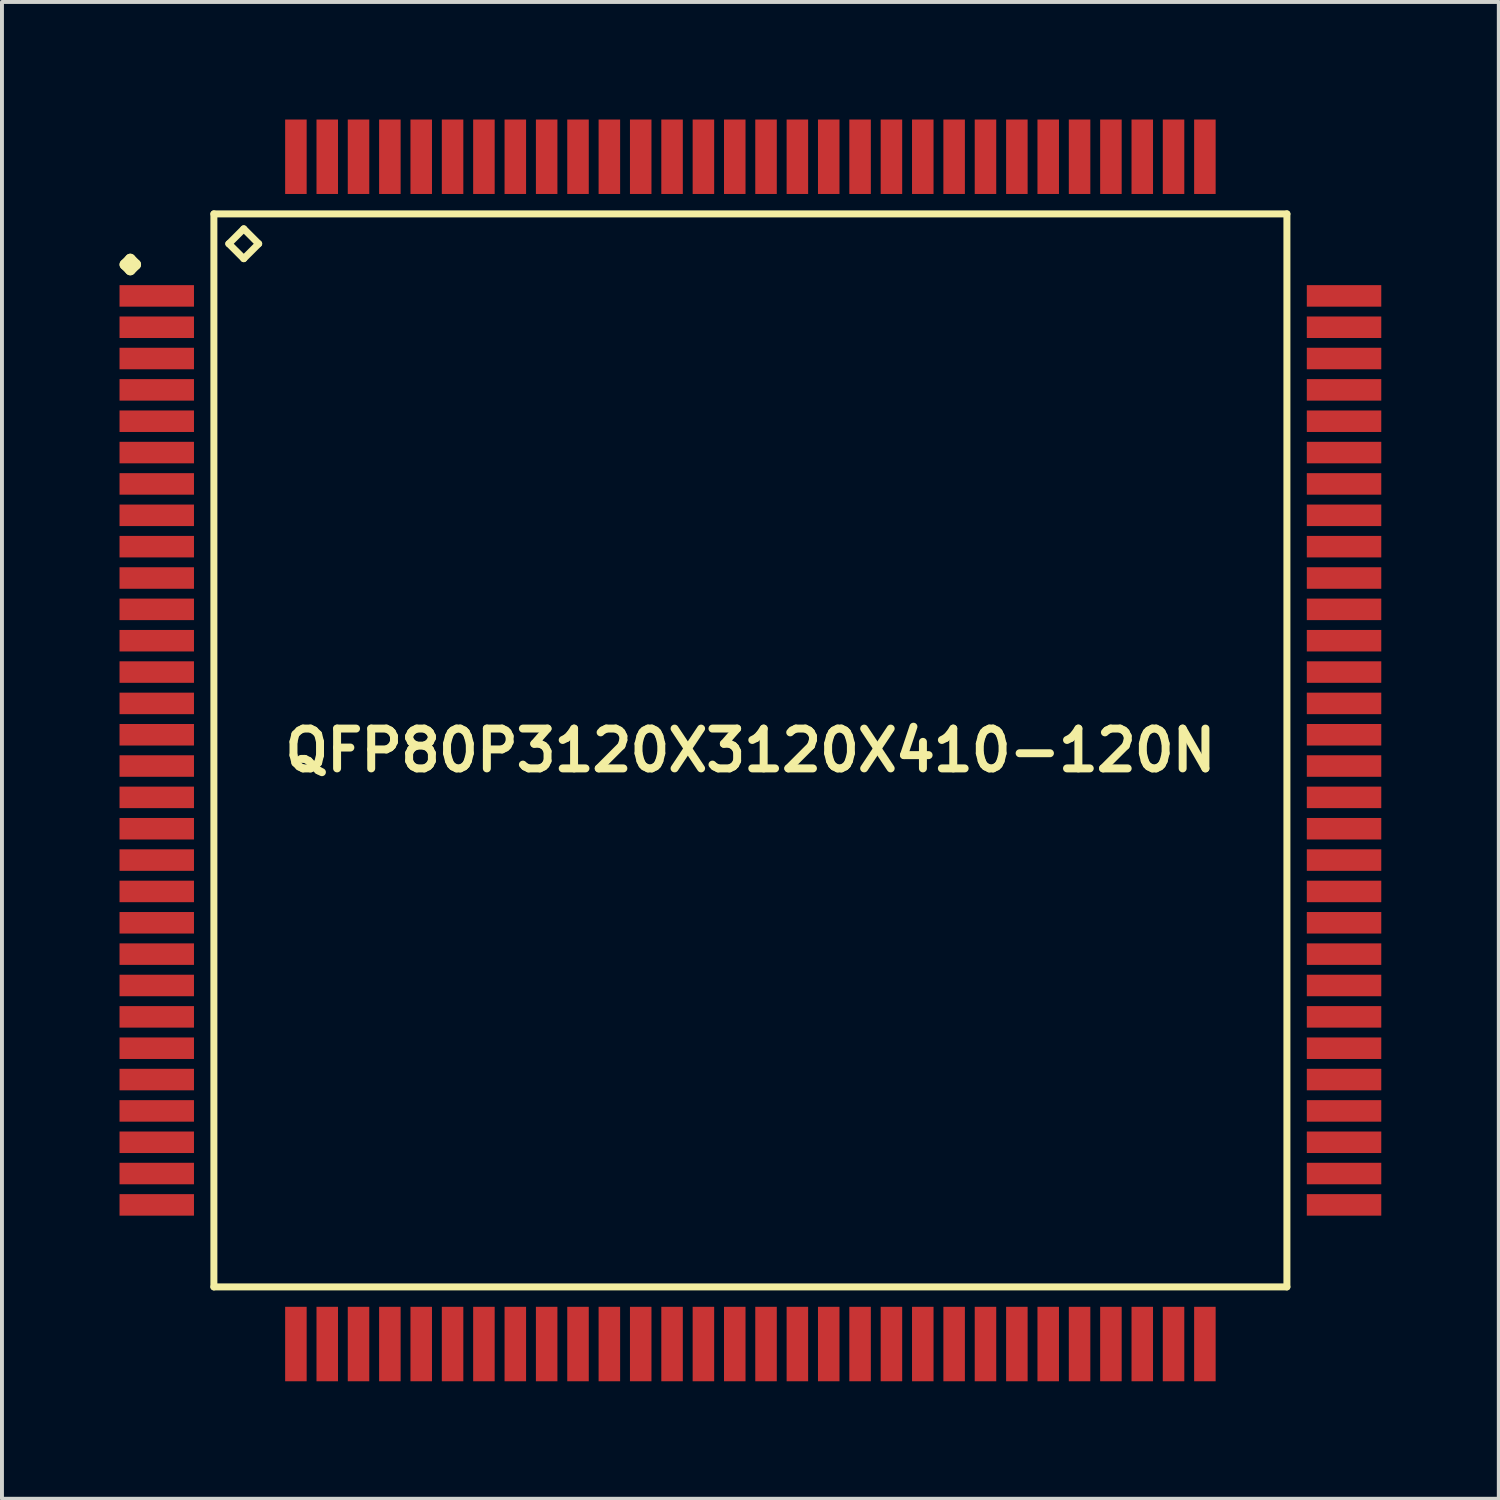
<source format=kicad_pcb>
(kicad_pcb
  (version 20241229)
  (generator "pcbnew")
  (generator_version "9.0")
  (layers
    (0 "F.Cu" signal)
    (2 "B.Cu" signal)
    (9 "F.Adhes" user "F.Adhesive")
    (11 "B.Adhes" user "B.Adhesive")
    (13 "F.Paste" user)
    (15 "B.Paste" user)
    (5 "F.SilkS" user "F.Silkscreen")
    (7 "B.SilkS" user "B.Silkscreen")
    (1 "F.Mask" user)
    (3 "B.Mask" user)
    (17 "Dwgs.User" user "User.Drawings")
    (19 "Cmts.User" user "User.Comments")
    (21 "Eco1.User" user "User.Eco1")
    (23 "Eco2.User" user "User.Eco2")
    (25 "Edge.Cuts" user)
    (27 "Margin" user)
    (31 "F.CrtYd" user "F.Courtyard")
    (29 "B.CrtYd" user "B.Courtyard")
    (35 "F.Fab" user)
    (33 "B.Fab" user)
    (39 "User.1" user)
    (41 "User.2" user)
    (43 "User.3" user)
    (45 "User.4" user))
  (footprint "QFP80P3120X3120X410-120N"
    (layer "F.Cu")
    (at 16.099 16.099)
    (property "Reference" "QFP80P3120X3120X410-120N" (at 0 0 0) (layer "F.SilkS") (effects (font (size 1.016 1.016) (thickness 0.203))))
    (attr smd)
    (fp_line (start -15.961 -12.398) (end -15.824 -12.537) (stroke (width 0.274) (type solid)) (layer "F.SilkS"))
    (fp_line (start -15.824 -12.537) (end -15.687 -12.398) (stroke (width 0.274) (type solid)) (layer "F.SilkS"))
    (fp_line (start -15.824 -12.261) (end -15.961 -12.398) (stroke (width 0.274) (type solid)) (layer "F.SilkS"))
    (fp_line (start -15.687 -12.398) (end -15.824 -12.261) (stroke (width 0.274) (type solid)) (layer "F.SilkS"))
    (fp_line (start -13.691 -13.691) (end -13.691 13.691) (stroke (width 0.178) (type solid)) (layer "F.SilkS"))
    (fp_line (start -13.691 13.691) (end 13.691 13.691) (stroke (width 0.178) (type solid)) (layer "F.SilkS"))
    (fp_line (start -13.31 -12.929) (end -12.929 -13.31) (stroke (width 0.178) (type solid)) (layer "F.SilkS"))
    (fp_line (start -12.929 -13.31) (end -12.548 -12.929) (stroke (width 0.178) (type solid)) (layer "F.SilkS"))
    (fp_line (start -12.929 -12.548) (end -13.31 -12.929) (stroke (width 0.178) (type solid)) (layer "F.SilkS"))
    (fp_line (start -12.548 -12.929) (end -12.929 -12.548) (stroke (width 0.178) (type solid)) (layer "F.SilkS"))
    (fp_line (start 13.691 -13.691) (end -13.691 -13.691) (stroke (width 0.178) (type solid)) (layer "F.SilkS"))
    (fp_line (start 13.691 13.691) (end 13.691 -13.691) (stroke (width 0.178) (type solid)) (layer "F.SilkS"))
    (pad "1" smd rect (at -15.149 -11.598) (size 1.9 0.549) (layers "F.Cu" "F.Mask" "F.Paste"))
    (pad "2" smd rect (at -15.149 -10.798) (size 1.9 0.549) (layers "F.Cu" "F.Mask" "F.Paste"))
    (pad "3" smd rect (at -15.149 -10) (size 1.9 0.549) (layers "F.Cu" "F.Mask" "F.Paste"))
    (pad "4" smd rect (at -15.149 -9.2) (size 1.9 0.549) (layers "F.Cu" "F.Mask" "F.Paste"))
    (pad "5" smd rect (at -15.149 -8.4) (size 1.9 0.549) (layers "F.Cu" "F.Mask" "F.Paste"))
    (pad "6" smd rect (at -15.149 -7.6) (size 1.9 0.549) (layers "F.Cu" "F.Mask" "F.Paste"))
    (pad "7" smd rect (at -15.149 -6.8) (size 1.9 0.549) (layers "F.Cu" "F.Mask" "F.Paste"))
    (pad "8" smd rect (at -15.149 -5.999) (size 1.9 0.549) (layers "F.Cu" "F.Mask" "F.Paste"))
    (pad "9" smd rect (at -15.149 -5.199) (size 1.9 0.549) (layers "F.Cu" "F.Mask" "F.Paste"))
    (pad "10" smd rect (at -15.149 -4.399) (size 1.9 0.549) (layers "F.Cu" "F.Mask" "F.Paste"))
    (pad "11" smd rect (at -15.149 -3.599) (size 1.9 0.549) (layers "F.Cu" "F.Mask" "F.Paste"))
    (pad "12" smd rect (at -15.149 -2.799) (size 1.9 0.549) (layers "F.Cu" "F.Mask" "F.Paste"))
    (pad "13" smd rect (at -15.149 -1.999) (size 1.9 0.549) (layers "F.Cu" "F.Mask" "F.Paste"))
    (pad "14" smd rect (at -15.149 -1.199) (size 1.9 0.549) (layers "F.Cu" "F.Mask" "F.Paste"))
    (pad "15" smd rect (at -15.149 -0.399) (size 1.9 0.549) (layers "F.Cu" "F.Mask" "F.Paste"))
    (pad "16" smd rect (at -15.149 0.399) (size 1.9 0.549) (layers "F.Cu" "F.Mask" "F.Paste"))
    (pad "17" smd rect (at -15.149 1.199) (size 1.9 0.549) (layers "F.Cu" "F.Mask" "F.Paste"))
    (pad "18" smd rect (at -15.149 1.999) (size 1.9 0.549) (layers "F.Cu" "F.Mask" "F.Paste"))
    (pad "19" smd rect (at -15.149 2.799) (size 1.9 0.549) (layers "F.Cu" "F.Mask" "F.Paste"))
    (pad "20" smd rect (at -15.149 3.599) (size 1.9 0.549) (layers "F.Cu" "F.Mask" "F.Paste"))
    (pad "21" smd rect (at -15.149 4.399) (size 1.9 0.549) (layers "F.Cu" "F.Mask" "F.Paste"))
    (pad "22" smd rect (at -15.149 5.199) (size 1.9 0.549) (layers "F.Cu" "F.Mask" "F.Paste"))
    (pad "23" smd rect (at -15.149 5.999) (size 1.9 0.549) (layers "F.Cu" "F.Mask" "F.Paste"))
    (pad "24" smd rect (at -15.149 6.8) (size 1.9 0.549) (layers "F.Cu" "F.Mask" "F.Paste"))
    (pad "25" smd rect (at -15.149 7.6) (size 1.9 0.549) (layers "F.Cu" "F.Mask" "F.Paste"))
    (pad "26" smd rect (at -15.149 8.4) (size 1.9 0.549) (layers "F.Cu" "F.Mask" "F.Paste"))
    (pad "27" smd rect (at -15.149 9.2) (size 1.9 0.549) (layers "F.Cu" "F.Mask" "F.Paste"))
    (pad "28" smd rect (at -15.149 10) (size 1.9 0.549) (layers "F.Cu" "F.Mask" "F.Paste"))
    (pad "29" smd rect (at -15.149 10.798) (size 1.9 0.549) (layers "F.Cu" "F.Mask" "F.Paste"))
    (pad "30" smd rect (at -15.149 11.598) (size 1.9 0.549) (layers "F.Cu" "F.Mask" "F.Paste"))
    (pad "31" smd rect (at -11.598 15.149) (size 0.549 1.9) (layers "F.Cu" "F.Mask" "F.Paste"))
    (pad "32" smd rect (at -10.798 15.149) (size 0.549 1.9) (layers "F.Cu" "F.Mask" "F.Paste"))
    (pad "33" smd rect (at -10 15.149) (size 0.549 1.9) (layers "F.Cu" "F.Mask" "F.Paste"))
    (pad "34" smd rect (at -9.2 15.149) (size 0.549 1.9) (layers "F.Cu" "F.Mask" "F.Paste"))
    (pad "35" smd rect (at -8.4 15.149) (size 0.549 1.9) (layers "F.Cu" "F.Mask" "F.Paste"))
    (pad "36" smd rect (at -7.6 15.149) (size 0.549 1.9) (layers "F.Cu" "F.Mask" "F.Paste"))
    (pad "37" smd rect (at -6.8 15.149) (size 0.549 1.9) (layers "F.Cu" "F.Mask" "F.Paste"))
    (pad "38" smd rect (at -5.999 15.149) (size 0.549 1.9) (layers "F.Cu" "F.Mask" "F.Paste"))
    (pad "39" smd rect (at -5.199 15.149) (size 0.549 1.9) (layers "F.Cu" "F.Mask" "F.Paste"))
    (pad "40" smd rect (at -4.399 15.149) (size 0.549 1.9) (layers "F.Cu" "F.Mask" "F.Paste"))
    (pad "41" smd rect (at -3.599 15.149) (size 0.549 1.9) (layers "F.Cu" "F.Mask" "F.Paste"))
    (pad "42" smd rect (at -2.799 15.149) (size 0.549 1.9) (layers "F.Cu" "F.Mask" "F.Paste"))
    (pad "43" smd rect (at -1.999 15.149) (size 0.549 1.9) (layers "F.Cu" "F.Mask" "F.Paste"))
    (pad "44" smd rect (at -1.199 15.149) (size 0.549 1.9) (layers "F.Cu" "F.Mask" "F.Paste"))
    (pad "45" smd rect (at -0.399 15.149) (size 0.549 1.9) (layers "F.Cu" "F.Mask" "F.Paste"))
    (pad "46" smd rect (at 0.399 15.149) (size 0.549 1.9) (layers "F.Cu" "F.Mask" "F.Paste"))
    (pad "47" smd rect (at 1.199 15.149) (size 0.549 1.9) (layers "F.Cu" "F.Mask" "F.Paste"))
    (pad "48" smd rect (at 1.999 15.149) (size 0.549 1.9) (layers "F.Cu" "F.Mask" "F.Paste"))
    (pad "49" smd rect (at 2.799 15.149) (size 0.549 1.9) (layers "F.Cu" "F.Mask" "F.Paste"))
    (pad "50" smd rect (at 3.599 15.149) (size 0.549 1.9) (layers "F.Cu" "F.Mask" "F.Paste"))
    (pad "51" smd rect (at 4.399 15.149) (size 0.549 1.9) (layers "F.Cu" "F.Mask" "F.Paste"))
    (pad "52" smd rect (at 5.199 15.149) (size 0.549 1.9) (layers "F.Cu" "F.Mask" "F.Paste"))
    (pad "53" smd rect (at 5.999 15.149) (size 0.549 1.9) (layers "F.Cu" "F.Mask" "F.Paste"))
    (pad "54" smd rect (at 6.8 15.149) (size 0.549 1.9) (layers "F.Cu" "F.Mask" "F.Paste"))
    (pad "55" smd rect (at 7.6 15.149) (size 0.549 1.9) (layers "F.Cu" "F.Mask" "F.Paste"))
    (pad "56" smd rect (at 8.4 15.149) (size 0.549 1.9) (layers "F.Cu" "F.Mask" "F.Paste"))
    (pad "57" smd rect (at 9.2 15.149) (size 0.549 1.9) (layers "F.Cu" "F.Mask" "F.Paste"))
    (pad "58" smd rect (at 10 15.149) (size 0.549 1.9) (layers "F.Cu" "F.Mask" "F.Paste"))
    (pad "59" smd rect (at 10.798 15.149) (size 0.549 1.9) (layers "F.Cu" "F.Mask" "F.Paste"))
    (pad "60" smd rect (at 11.598 15.149) (size 0.549 1.9) (layers "F.Cu" "F.Mask" "F.Paste"))
    (pad "61" smd rect (at 15.149 11.598) (size 1.9 0.549) (layers "F.Cu" "F.Mask" "F.Paste"))
    (pad "62" smd rect (at 15.149 10.798) (size 1.9 0.549) (layers "F.Cu" "F.Mask" "F.Paste"))
    (pad "63" smd rect (at 15.149 10) (size 1.9 0.549) (layers "F.Cu" "F.Mask" "F.Paste"))
    (pad "64" smd rect (at 15.149 9.2) (size 1.9 0.549) (layers "F.Cu" "F.Mask" "F.Paste"))
    (pad "65" smd rect (at 15.149 8.4) (size 1.9 0.549) (layers "F.Cu" "F.Mask" "F.Paste"))
    (pad "66" smd rect (at 15.149 7.6) (size 1.9 0.549) (layers "F.Cu" "F.Mask" "F.Paste"))
    (pad "67" smd rect (at 15.149 6.8) (size 1.9 0.549) (layers "F.Cu" "F.Mask" "F.Paste"))
    (pad "68" smd rect (at 15.149 5.999) (size 1.9 0.549) (layers "F.Cu" "F.Mask" "F.Paste"))
    (pad "69" smd rect (at 15.149 5.199) (size 1.9 0.549) (layers "F.Cu" "F.Mask" "F.Paste"))
    (pad "70" smd rect (at 15.149 4.399) (size 1.9 0.549) (layers "F.Cu" "F.Mask" "F.Paste"))
    (pad "71" smd rect (at 15.149 3.599) (size 1.9 0.549) (layers "F.Cu" "F.Mask" "F.Paste"))
    (pad "72" smd rect (at 15.149 2.799) (size 1.9 0.549) (layers "F.Cu" "F.Mask" "F.Paste"))
    (pad "73" smd rect (at 15.149 1.999) (size 1.9 0.549) (layers "F.Cu" "F.Mask" "F.Paste"))
    (pad "74" smd rect (at 15.149 1.199) (size 1.9 0.549) (layers "F.Cu" "F.Mask" "F.Paste"))
    (pad "75" smd rect (at 15.149 0.399) (size 1.9 0.549) (layers "F.Cu" "F.Mask" "F.Paste"))
    (pad "76" smd rect (at 15.149 -0.399) (size 1.9 0.549) (layers "F.Cu" "F.Mask" "F.Paste"))
    (pad "77" smd rect (at 15.149 -1.199) (size 1.9 0.549) (layers "F.Cu" "F.Mask" "F.Paste"))
    (pad "78" smd rect (at 15.149 -1.999) (size 1.9 0.549) (layers "F.Cu" "F.Mask" "F.Paste"))
    (pad "79" smd rect (at 15.149 -2.799) (size 1.9 0.549) (layers "F.Cu" "F.Mask" "F.Paste"))
    (pad "80" smd rect (at 15.149 -3.599) (size 1.9 0.549) (layers "F.Cu" "F.Mask" "F.Paste"))
    (pad "81" smd rect (at 15.149 -4.399) (size 1.9 0.549) (layers "F.Cu" "F.Mask" "F.Paste"))
    (pad "82" smd rect (at 15.149 -5.199) (size 1.9 0.549) (layers "F.Cu" "F.Mask" "F.Paste"))
    (pad "83" smd rect (at 15.149 -5.999) (size 1.9 0.549) (layers "F.Cu" "F.Mask" "F.Paste"))
    (pad "84" smd rect (at 15.149 -6.8) (size 1.9 0.549) (layers "F.Cu" "F.Mask" "F.Paste"))
    (pad "85" smd rect (at 15.149 -7.6) (size 1.9 0.549) (layers "F.Cu" "F.Mask" "F.Paste"))
    (pad "86" smd rect (at 15.149 -8.4) (size 1.9 0.549) (layers "F.Cu" "F.Mask" "F.Paste"))
    (pad "87" smd rect (at 15.149 -9.2) (size 1.9 0.549) (layers "F.Cu" "F.Mask" "F.Paste"))
    (pad "88" smd rect (at 15.149 -10) (size 1.9 0.549) (layers "F.Cu" "F.Mask" "F.Paste"))
    (pad "89" smd rect (at 15.149 -10.798) (size 1.9 0.549) (layers "F.Cu" "F.Mask" "F.Paste"))
    (pad "90" smd rect (at 15.149 -11.598) (size 1.9 0.549) (layers "F.Cu" "F.Mask" "F.Paste"))
    (pad "91" smd rect (at 11.598 -15.149) (size 0.549 1.9) (layers "F.Cu" "F.Mask" "F.Paste"))
    (pad "92" smd rect (at 10.798 -15.149) (size 0.549 1.9) (layers "F.Cu" "F.Mask" "F.Paste"))
    (pad "93" smd rect (at 10 -15.149) (size 0.549 1.9) (layers "F.Cu" "F.Mask" "F.Paste"))
    (pad "94" smd rect (at 9.2 -15.149) (size 0.549 1.9) (layers "F.Cu" "F.Mask" "F.Paste"))
    (pad "95" smd rect (at 8.4 -15.149) (size 0.549 1.9) (layers "F.Cu" "F.Mask" "F.Paste"))
    (pad "96" smd rect (at 7.6 -15.149) (size 0.549 1.9) (layers "F.Cu" "F.Mask" "F.Paste"))
    (pad "97" smd rect (at 6.8 -15.149) (size 0.549 1.9) (layers "F.Cu" "F.Mask" "F.Paste"))
    (pad "98" smd rect (at 5.999 -15.149) (size 0.549 1.9) (layers "F.Cu" "F.Mask" "F.Paste"))
    (pad "99" smd rect (at 5.199 -15.149) (size 0.549 1.9) (layers "F.Cu" "F.Mask" "F.Paste"))
    (pad "100" smd rect (at 4.399 -15.149) (size 0.549 1.9) (layers "F.Cu" "F.Mask" "F.Paste"))
    (pad "101" smd rect (at 3.599 -15.149) (size 0.549 1.9) (layers "F.Cu" "F.Mask" "F.Paste"))
    (pad "102" smd rect (at 2.799 -15.149) (size 0.549 1.9) (layers "F.Cu" "F.Mask" "F.Paste"))
    (pad "103" smd rect (at 1.999 -15.149) (size 0.549 1.9) (layers "F.Cu" "F.Mask" "F.Paste"))
    (pad "104" smd rect (at 1.199 -15.149) (size 0.549 1.9) (layers "F.Cu" "F.Mask" "F.Paste"))
    (pad "105" smd rect (at 0.399 -15.149) (size 0.549 1.9) (layers "F.Cu" "F.Mask" "F.Paste"))
    (pad "106" smd rect (at -0.399 -15.149) (size 0.549 1.9) (layers "F.Cu" "F.Mask" "F.Paste"))
    (pad "107" smd rect (at -1.199 -15.149) (size 0.549 1.9) (layers "F.Cu" "F.Mask" "F.Paste"))
    (pad "108" smd rect (at -1.999 -15.149) (size 0.549 1.9) (layers "F.Cu" "F.Mask" "F.Paste"))
    (pad "109" smd rect (at -2.799 -15.149) (size 0.549 1.9) (layers "F.Cu" "F.Mask" "F.Paste"))
    (pad "110" smd rect (at -3.599 -15.149) (size 0.549 1.9) (layers "F.Cu" "F.Mask" "F.Paste"))
    (pad "111" smd rect (at -4.399 -15.149) (size 0.549 1.9) (layers "F.Cu" "F.Mask" "F.Paste"))
    (pad "112" smd rect (at -5.199 -15.149) (size 0.549 1.9) (layers "F.Cu" "F.Mask" "F.Paste"))
    (pad "113" smd rect (at -5.999 -15.149) (size 0.549 1.9) (layers "F.Cu" "F.Mask" "F.Paste"))
    (pad "114" smd rect (at -6.8 -15.149) (size 0.549 1.9) (layers "F.Cu" "F.Mask" "F.Paste"))
    (pad "115" smd rect (at -7.6 -15.149) (size 0.549 1.9) (layers "F.Cu" "F.Mask" "F.Paste"))
    (pad "116" smd rect (at -8.4 -15.149) (size 0.549 1.9) (layers "F.Cu" "F.Mask" "F.Paste"))
    (pad "117" smd rect (at -9.2 -15.149) (size 0.549 1.9) (layers "F.Cu" "F.Mask" "F.Paste"))
    (pad "118" smd rect (at -10 -15.149) (size 0.549 1.9) (layers "F.Cu" "F.Mask" "F.Paste"))
    (pad "119" smd rect (at -10.798 -15.149) (size 0.549 1.9) (layers "F.Cu" "F.Mask" "F.Paste"))
    (pad "120" smd rect (at -11.598 -15.149) (size 0.549 1.9) (layers "F.Cu" "F.Mask" "F.Paste")))
  (gr_rect
    (start -3 -3)
    (end 35.197 35.197)
    (stroke (width 0.1) (type default))
    (fill no)
    (layer "Edge.Cuts")))
</source>
